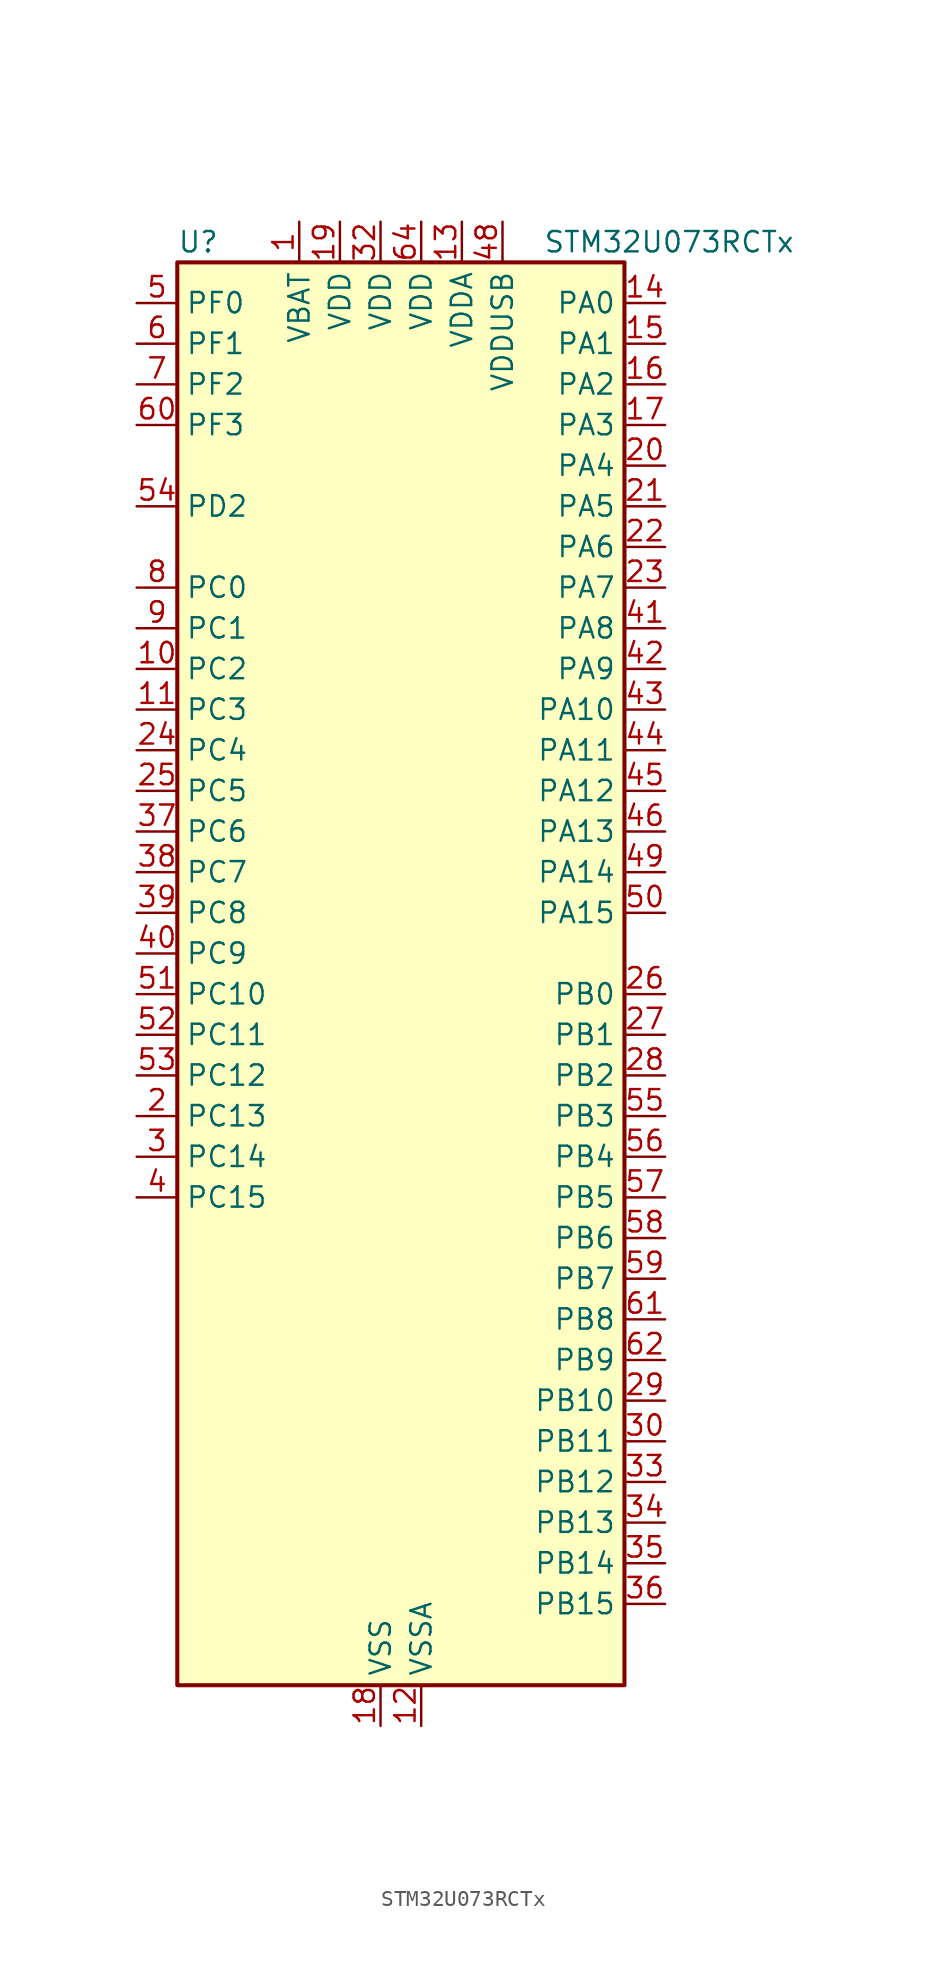
<source format=kicad_sym>
(kicad_symbol_lib
  (version 20231120)
  (generator "kicad_symbol_editor")
  (generator_version "8.99")
  (symbol "STM32U073RCTx"
    (property "Reference" "U"
      (at -12.7 46.99 0)
      (effects (font (size 1.27 1.27)) (justify left)))
    (property "Value" "STM32U073RCTx"
      (at 10.16 46.99 0)
      (effects (font (size 1.27 1.27)) (justify left)))
    (property "ki_locked" ""
      (at 0 0 0)
      (effects (font (size 1.27 1.27))))
    (symbol "STM32U073RCTx_0_1"
      (rectangle (start -12.7 -43.18) (end 15.24 45.72) (stroke (width 0.254) (type default)) (fill (type background))))
    (symbol "STM32U073RCTx_1_1"
      (pin power_in line (at -5.08 48.26 270) (length 2.54) (name "VBAT" (effects (font (size 1.27 1.27)))) (number "1" (effects (font (size 1.27 1.27)))))
      (pin bidirectional line (at -15.24 20.32 0) (length 2.54) (name "PC2" (effects (font (size 1.27 1.27)))) (number "10" (effects (font (size 1.27 1.27)))) (alternate "ADC1_IN2" bidirectional line) (alternate "LCD_BIAS3" bidirectional line) (alternate "LCD_SEG20" bidirectional line) (alternate "LPTIM1_IN2" bidirectional line) (alternate "RCC_MCO2" bidirectional line) (alternate "SPI2_MISO" bidirectional line))
      (pin bidirectional line (at -15.24 17.78 0) (length 2.54) (name "PC3" (effects (font (size 1.27 1.27)))) (number "11" (effects (font (size 1.27 1.27)))) (alternate "ADC1_IN3" bidirectional line) (alternate "LPTIM1_ETR" bidirectional line) (alternate "LPTIM2_ETR" bidirectional line) (alternate "LPTIM3_CH1" bidirectional line) (alternate "SPI2_MOSI" bidirectional line) (alternate "USART4_CK" bidirectional line))
      (pin power_in line (at 2.54 -45.72 90) (length 2.54) (name "VSSA" (effects (font (size 1.27 1.27)))) (number "12" (effects (font (size 1.27 1.27)))))
      (pin power_in line (at 5.08 48.26 270) (length 2.54) (name "VDDA" (effects (font (size 1.27 1.27)))) (number "13" (effects (font (size 1.27 1.27)))))
      (pin bidirectional line (at 17.78 43.18 180) (length 2.54) (name "PA0" (effects (font (size 1.27 1.27)))) (number "14" (effects (font (size 1.27 1.27)))) (alternate "ADC1_IN4" bidirectional line) (alternate "COMP1_INM" bidirectional line) (alternate "COMP1_OUT" bidirectional line) (alternate "LCD_SEG42" bidirectional line) (alternate "OPAMP1_VINP" bidirectional line) (alternate "PWR_WKUP1" bidirectional line) (alternate "TAMP_IN2" bidirectional line) (alternate "TIM2_CH1" bidirectional line) (alternate "TIM2_ETR" bidirectional line) (alternate "USART2_CTS" bidirectional line) (alternate "USART4_TX" bidirectional line))
      (pin bidirectional line (at 17.78 40.64 180) (length 2.54) (name "PA1" (effects (font (size 1.27 1.27)))) (number "15" (effects (font (size 1.27 1.27)))) (alternate "ADC1_IN5" bidirectional line) (alternate "COMP1_INP" bidirectional line) (alternate "LCD_SEG0" bidirectional line) (alternate "LPTIM1_CH2" bidirectional line) (alternate "OPAMP1_VINM" bidirectional line) (alternate "PWR_WKUP3" bidirectional line) (alternate "SPI1_SCK" bidirectional line) (alternate "SPI2_SCK" bidirectional line) (alternate "TAMP_IN5" bidirectional line) (alternate "TIM15_CH1N" bidirectional line) (alternate "TIM2_CH2" bidirectional line) (alternate "USART2_DE" bidirectional line) (alternate "USART2_RTS" bidirectional line) (alternate "USART4_RX" bidirectional line))
      (pin bidirectional line (at 17.78 38.1 180) (length 2.54) (name "PA2" (effects (font (size 1.27 1.27)))) (number "16" (effects (font (size 1.27 1.27)))) (alternate "ADC1_IN6" bidirectional line) (alternate "COMP2_INM" bidirectional line) (alternate "COMP2_OUT" bidirectional line) (alternate "LCD_SEG1" bidirectional line) (alternate "LPUART1_TX" bidirectional line) (alternate "PWR_WKUP4" bidirectional line) (alternate "RCC_LSCO" bidirectional line) (alternate "TIM15_CH1" bidirectional line) (alternate "TIM2_CH3" bidirectional line) (alternate "USART2_TX" bidirectional line))
      (pin bidirectional line (at 17.78 35.56 180) (length 2.54) (name "PA3" (effects (font (size 1.27 1.27)))) (number "17" (effects (font (size 1.27 1.27)))) (alternate "ADC1_IN7" bidirectional line) (alternate "COMP2_INP" bidirectional line) (alternate "LCD_SEG2" bidirectional line) (alternate "LPUART1_RX" bidirectional line) (alternate "OPAMP1_VOUT" bidirectional line) (alternate "TIM15_CH2" bidirectional line) (alternate "TIM2_CH4" bidirectional line) (alternate "USART2_RX" bidirectional line))
      (pin power_in line (at 0 -45.72 90) (length 2.54) (name "VSS" (effects (font (size 1.27 1.27)))) (number "18" (effects (font (size 1.27 1.27)))))
      (pin power_in line (at -2.54 48.26 270) (length 2.54) (name "VDD" (effects (font (size 1.27 1.27)))) (number "19" (effects (font (size 1.27 1.27)))))
      (pin bidirectional line (at -15.24 -7.62 0) (length 2.54) (name "PC13" (effects (font (size 1.27 1.27)))) (number "2" (effects (font (size 1.27 1.27)))) (alternate "LPTIM1_CH3" bidirectional line) (alternate "LPTIM3_CH3" bidirectional line) (alternate "PWR_WKUP2" bidirectional line) (alternate "RTC_OUT1" bidirectional line) (alternate "RTC_TS" bidirectional line) (alternate "TAMP_IN1" bidirectional line))
      (pin bidirectional line (at 17.78 33.02 180) (length 2.54) (name "PA4" (effects (font (size 1.27 1.27)))) (number "20" (effects (font (size 1.27 1.27)))) (alternate "ADC1_IN8" bidirectional line) (alternate "COMP1_INM" bidirectional line) (alternate "COMP2_INM" bidirectional line) (alternate "DAC1_OUT1" bidirectional line) (alternate "LCD_SEG43" bidirectional line) (alternate "LPTIM2_CH1" bidirectional line) (alternate "LPUART3_TX" bidirectional line) (alternate "SPI1_NSS" bidirectional line) (alternate "SPI3_NSS" bidirectional line) (alternate "USART2_CK" bidirectional line))
      (pin bidirectional line (at 17.78 30.48 180) (length 2.54) (name "PA5" (effects (font (size 1.27 1.27)))) (number "21" (effects (font (size 1.27 1.27)))) (alternate "ADC1_IN9" bidirectional line) (alternate "COMP1_INM" bidirectional line) (alternate "COMP2_INM" bidirectional line) (alternate "LCD_SEG44" bidirectional line) (alternate "LPTIM2_ETR" bidirectional line) (alternate "LPUART3_RX" bidirectional line) (alternate "SPI1_SCK" bidirectional line) (alternate "TIM2_CH1" bidirectional line) (alternate "TIM2_ETR" bidirectional line) (alternate "USART3_TX" bidirectional line))
      (pin bidirectional line (at 17.78 27.94 180) (length 2.54) (name "PA6" (effects (font (size 1.27 1.27)))) (number "22" (effects (font (size 1.27 1.27)))) (alternate "ADC1_IN10" bidirectional line) (alternate "COMP1_OUT" bidirectional line) (alternate "I2C2_SDA" bidirectional line) (alternate "I2C3_SDA" bidirectional line) (alternate "LCD_SEG3" bidirectional line) (alternate "LPUART1_CTS" bidirectional line) (alternate "SPI1_MISO" bidirectional line) (alternate "TIM16_CH1" bidirectional line) (alternate "TIM1_BKIN" bidirectional line) (alternate "TIM3_CH1" bidirectional line) (alternate "TSC_G5_IO1" bidirectional line) (alternate "USART3_CTS" bidirectional line))
      (pin bidirectional line (at 17.78 25.4 180) (length 2.54) (name "PA7" (effects (font (size 1.27 1.27)))) (number "23" (effects (font (size 1.27 1.27)))) (alternate "ADC1_IN14" bidirectional line) (alternate "COMP2_OUT" bidirectional line) (alternate "I2C2_SCL" bidirectional line) (alternate "I2C3_SCL" bidirectional line) (alternate "LCD_SEG4" bidirectional line) (alternate "LPTIM2_CH2" bidirectional line) (alternate "SPI1_MOSI" bidirectional line) (alternate "TIM1_CH1N" bidirectional line) (alternate "TIM3_CH2" bidirectional line) (alternate "USART3_RX" bidirectional line))
      (pin bidirectional line (at -15.24 15.24 0) (length 2.54) (name "PC4" (effects (font (size 1.27 1.27)))) (number "24" (effects (font (size 1.27 1.27)))) (alternate "ADC1_IN15" bidirectional line) (alternate "COMP1_INM" bidirectional line) (alternate "LCD_SEG22" bidirectional line) (alternate "LPUART3_TX" bidirectional line) (alternate "USART3_TX" bidirectional line))
      (pin bidirectional line (at -15.24 12.7 0) (length 2.54) (name "PC5" (effects (font (size 1.27 1.27)))) (number "25" (effects (font (size 1.27 1.27)))) (alternate "ADC1_IN16" bidirectional line) (alternate "COMP1_INP" bidirectional line) (alternate "LCD_SEG23" bidirectional line) (alternate "LPTIM3_CH3" bidirectional line) (alternate "LPUART3_RX" bidirectional line) (alternate "PWR_WKUP5" bidirectional line) (alternate "TAMP_IN4" bidirectional line) (alternate "USART3_RX" bidirectional line))
      (pin bidirectional line (at 17.78 0 180) (length 2.54) (name "PB0" (effects (font (size 1.27 1.27)))) (number "26" (effects (font (size 1.27 1.27)))) (alternate "ADC1_IN17" bidirectional line) (alternate "COMP1_OUT" bidirectional line) (alternate "LCD_SEG5" bidirectional line) (alternate "LPTIM3_CH1" bidirectional line) (alternate "LPUART2_CTS" bidirectional line) (alternate "SPI1_NSS" bidirectional line) (alternate "TIM1_CH2N" bidirectional line) (alternate "TIM3_CH3" bidirectional line) (alternate "TSC_G5_IO2" bidirectional line) (alternate "USART3_CK" bidirectional line))
      (pin bidirectional line (at 17.78 -2.54 180) (length 2.54) (name "PB1" (effects (font (size 1.27 1.27)))) (number "27" (effects (font (size 1.27 1.27)))) (alternate "ADC1_IN18" bidirectional line) (alternate "COMP1_INM" bidirectional line) (alternate "LCD_SEG6" bidirectional line) (alternate "LPTIM2_IN1" bidirectional line) (alternate "LPTIM3_CH2" bidirectional line) (alternate "LPUART1_DE" bidirectional line) (alternate "LPUART1_RTS" bidirectional line) (alternate "LPUART2_DE" bidirectional line) (alternate "LPUART2_RTS" bidirectional line) (alternate "TIM1_CH3N" bidirectional line) (alternate "TIM3_CH4" bidirectional line) (alternate "TSC_SYNC" bidirectional line) (alternate "USART3_DE" bidirectional line) (alternate "USART3_RTS" bidirectional line))
      (pin bidirectional line (at 17.78 -5.08 180) (length 2.54) (name "PB2" (effects (font (size 1.27 1.27)))) (number "28" (effects (font (size 1.27 1.27)))) (alternate "COMP1_INP" bidirectional line) (alternate "LPTIM1_CH1" bidirectional line) (alternate "RTC_OUT2" bidirectional line))
      (pin bidirectional line (at 17.78 -25.4 180) (length 2.54) (name "PB10" (effects (font (size 1.27 1.27)))) (number "29" (effects (font (size 1.27 1.27)))) (alternate "COMP1_OUT" bidirectional line) (alternate "I2C2_SCL" bidirectional line) (alternate "I2C4_SCL" bidirectional line) (alternate "LCD_SEG10" bidirectional line) (alternate "LPTIM3_CH1" bidirectional line) (alternate "LPUART1_RX" bidirectional line) (alternate "LPUART2_RX" bidirectional line) (alternate "SPI2_SCK" bidirectional line) (alternate "TIM2_CH3" bidirectional line) (alternate "TSC_G5_IO3" bidirectional line) (alternate "USART3_TX" bidirectional line))
      (pin bidirectional line (at -15.24 -10.16 0) (length 2.54) (name "PC14" (effects (font (size 1.27 1.27)))) (number "3" (effects (font (size 1.27 1.27)))) (alternate "RCC_OSC32_IN" bidirectional line))
      (pin bidirectional line (at 17.78 -27.94 180) (length 2.54) (name "PB11" (effects (font (size 1.27 1.27)))) (number "30" (effects (font (size 1.27 1.27)))) (alternate "ADC1_EXTI11" bidirectional line) (alternate "COMP2_OUT" bidirectional line) (alternate "I2C2_SDA" bidirectional line) (alternate "I2C4_SDA" bidirectional line) (alternate "LCD_SEG11" bidirectional line) (alternate "LPUART1_TX" bidirectional line) (alternate "LPUART2_TX" bidirectional line) (alternate "TIM2_CH4" bidirectional line) (alternate "TSC_G5_IO4" bidirectional line) (alternate "USART3_RX" bidirectional line))
      (pin passive line (at 0 -45.72 90) (length 2.54) hide (name "VSS" (effects (font (size 1.27 1.27)))) (number "31" (effects (font (size 1.27 1.27)))))
      (pin power_in line (at 0 48.26 270) (length 2.54) (name "VDD" (effects (font (size 1.27 1.27)))) (number "32" (effects (font (size 1.27 1.27)))))
      (pin bidirectional line (at 17.78 -30.48 180) (length 2.54) (name "PB12" (effects (font (size 1.27 1.27)))) (number "33" (effects (font (size 1.27 1.27)))) (alternate "LCD_SEG12" bidirectional line) (alternate "LPUART1_DE" bidirectional line) (alternate "LPUART1_RTS" bidirectional line) (alternate "SPI2_NSS" bidirectional line) (alternate "TIM15_BKIN" bidirectional line) (alternate "TIM1_BKIN" bidirectional line) (alternate "TSC_G1_IO1" bidirectional line) (alternate "USART3_CK" bidirectional line))
      (pin bidirectional line (at 17.78 -33.02 180) (length 2.54) (name "PB13" (effects (font (size 1.27 1.27)))) (number "34" (effects (font (size 1.27 1.27)))) (alternate "I2C2_SCL" bidirectional line) (alternate "LCD_SEG13" bidirectional line) (alternate "LPTIM3_IN1" bidirectional line) (alternate "LPUART1_CTS" bidirectional line) (alternate "SPI2_SCK" bidirectional line) (alternate "TIM15_CH1N" bidirectional line) (alternate "TIM1_CH1N" bidirectional line) (alternate "TSC_G1_IO2" bidirectional line) (alternate "USART3_CTS" bidirectional line))
      (pin bidirectional line (at 17.78 -35.56 180) (length 2.54) (name "PB14" (effects (font (size 1.27 1.27)))) (number "35" (effects (font (size 1.27 1.27)))) (alternate "I2C2_SDA" bidirectional line) (alternate "LCD_SEG14" bidirectional line) (alternate "LPTIM3_ETR" bidirectional line) (alternate "SPI2_MISO" bidirectional line) (alternate "TIM15_CH1" bidirectional line) (alternate "TIM1_CH2N" bidirectional line) (alternate "TSC_G1_IO3" bidirectional line) (alternate "USART3_DE" bidirectional line) (alternate "USART3_RTS" bidirectional line))
      (pin bidirectional line (at 17.78 -38.1 180) (length 2.54) (name "PB15" (effects (font (size 1.27 1.27)))) (number "36" (effects (font (size 1.27 1.27)))) (alternate "LCD_SEG15" bidirectional line) (alternate "PWR_WKUP7" bidirectional line) (alternate "RTC_REFIN" bidirectional line) (alternate "SPI2_MOSI" bidirectional line) (alternate "TAMP_IN3" bidirectional line) (alternate "TIM15_CH2" bidirectional line) (alternate "TIM1_CH3N" bidirectional line) (alternate "TSC_G1_IO4" bidirectional line))
      (pin bidirectional line (at -15.24 10.16 0) (length 2.54) (name "PC6" (effects (font (size 1.27 1.27)))) (number "37" (effects (font (size 1.27 1.27)))) (alternate "COMP1_INP" bidirectional line) (alternate "LCD_SEG24" bidirectional line) (alternate "LPUART2_TX" bidirectional line) (alternate "TIM3_CH1" bidirectional line) (alternate "TSC_G4_IO1" bidirectional line))
      (pin bidirectional line (at -15.24 7.62 0) (length 2.54) (name "PC7" (effects (font (size 1.27 1.27)))) (number "38" (effects (font (size 1.27 1.27)))) (alternate "LCD_SEG25" bidirectional line) (alternate "LPTIM2_CH2" bidirectional line) (alternate "LPTIM3_CH4" bidirectional line) (alternate "LPUART2_RX" bidirectional line) (alternate "TIM3_CH2" bidirectional line) (alternate "TSC_G4_IO2" bidirectional line))
      (pin bidirectional line (at -15.24 5.08 0) (length 2.54) (name "PC8" (effects (font (size 1.27 1.27)))) (number "39" (effects (font (size 1.27 1.27)))) (alternate "LCD_SEG26" bidirectional line) (alternate "LPTIM3_CH1" bidirectional line) (alternate "TIM3_CH3" bidirectional line) (alternate "TSC_G4_IO3" bidirectional line))
      (pin bidirectional line (at -15.24 -12.7 0) (length 2.54) (name "PC15" (effects (font (size 1.27 1.27)))) (number "4" (effects (font (size 1.27 1.27)))) (alternate "RCC_OSC32_EN" bidirectional line) (alternate "RCC_OSC32_OUT" bidirectional line) (alternate "RCC_OSC_EN" bidirectional line))
      (pin bidirectional line (at -15.24 2.54 0) (length 2.54) (name "PC9" (effects (font (size 1.27 1.27)))) (number "40" (effects (font (size 1.27 1.27)))) (alternate "DAC1_EXTI9" bidirectional line) (alternate "LCD_SEG27" bidirectional line) (alternate "LPTIM3_CH2" bidirectional line) (alternate "TIM3_CH4" bidirectional line) (alternate "TSC_G4_IO4" bidirectional line) (alternate "USB_NOE" bidirectional line))
      (pin bidirectional line (at 17.78 22.86 180) (length 2.54) (name "PA8" (effects (font (size 1.27 1.27)))) (number "41" (effects (font (size 1.27 1.27)))) (alternate "LCD_COM0" bidirectional line) (alternate "LPTIM2_CH1" bidirectional line) (alternate "RCC_MCO" bidirectional line) (alternate "RCC_MCO2" bidirectional line) (alternate "TIM1_CH1" bidirectional line) (alternate "TSC_G7_IO1" bidirectional line) (alternate "USART1_CK" bidirectional line))
      (pin bidirectional line (at 17.78 20.32 180) (length 2.54) (name "PA9" (effects (font (size 1.27 1.27)))) (number "42" (effects (font (size 1.27 1.27)))) (alternate "COMP1_INP" bidirectional line) (alternate "DAC1_EXTI9" bidirectional line) (alternate "I2C1_SCL" bidirectional line) (alternate "I2C2_SCL" bidirectional line) (alternate "LCD_COM1" bidirectional line) (alternate "RCC_MCO" bidirectional line) (alternate "TIM15_BKIN" bidirectional line) (alternate "TIM1_CH2" bidirectional line) (alternate "TSC_G7_IO2" bidirectional line) (alternate "USART1_TX" bidirectional line))
      (pin bidirectional line (at 17.78 17.78 180) (length 2.54) (name "PA10" (effects (font (size 1.27 1.27)))) (number "43" (effects (font (size 1.27 1.27)))) (alternate "CRS_SYNC" bidirectional line) (alternate "I2C1_SDA" bidirectional line) (alternate "I2C2_SDA" bidirectional line) (alternate "LCD_COM2" bidirectional line) (alternate "RCC_MCO2" bidirectional line) (alternate "SPI2_NSS" bidirectional line) (alternate "TIM1_CH3" bidirectional line) (alternate "TSC_G7_IO3" bidirectional line) (alternate "USART1_RX" bidirectional line))
      (pin bidirectional line (at 17.78 15.24 180) (length 2.54) (name "PA11" (effects (font (size 1.27 1.27)))) (number "44" (effects (font (size 1.27 1.27)))) (alternate "ADC1_EXTI11" bidirectional line) (alternate "COMP1_OUT" bidirectional line) (alternate "SPI1_MISO" bidirectional line) (alternate "SPI2_MISO" bidirectional line) (alternate "TIM1_BKIN2" bidirectional line) (alternate "TIM1_CH4" bidirectional line) (alternate "USART1_CTS" bidirectional line) (alternate "USB_DM" bidirectional line))
      (pin bidirectional line (at 17.78 12.7 180) (length 2.54) (name "PA12" (effects (font (size 1.27 1.27)))) (number "45" (effects (font (size 1.27 1.27)))) (alternate "SPI1_MOSI" bidirectional line) (alternate "SPI2_MOSI" bidirectional line) (alternate "TIM1_ETR" bidirectional line) (alternate "USART1_DE" bidirectional line) (alternate "USART1_RTS" bidirectional line) (alternate "USB_DP" bidirectional line))
      (pin bidirectional line (at 17.78 10.16 180) (length 2.54) (name "PA13" (effects (font (size 1.27 1.27)))) (number "46" (effects (font (size 1.27 1.27)))) (alternate "DEBUG_JTMS-SWDIO" bidirectional line) (alternate "IR_OUT" bidirectional line) (alternate "LCD_SEG40" bidirectional line) (alternate "TSC_G7_IO4" bidirectional line) (alternate "USB_NOE" bidirectional line))
      (pin passive line (at 0 -45.72 90) (length 2.54) hide (name "VSS" (effects (font (size 1.27 1.27)))) (number "47" (effects (font (size 1.27 1.27)))))
      (pin power_in line (at 7.62 48.26 270) (length 2.54) (name "VDDUSB" (effects (font (size 1.27 1.27)))) (number "48" (effects (font (size 1.27 1.27)))))
      (pin bidirectional line (at 17.78 7.62 180) (length 2.54) (name "PA14" (effects (font (size 1.27 1.27)))) (number "49" (effects (font (size 1.27 1.27)))) (alternate "DEBUG_JTCK-SWCLK" bidirectional line) (alternate "LCD_SEG41" bidirectional line) (alternate "LPTIM1_CH1" bidirectional line) (alternate "TSC_G3_IO4" bidirectional line))
      (pin bidirectional line (at -15.24 43.18 0) (length 2.54) (name "PF0" (effects (font (size 1.27 1.27)))) (number "5" (effects (font (size 1.27 1.27)))) (alternate "RCC_OSC_IN" bidirectional line))
      (pin bidirectional line (at 17.78 5.08 180) (length 2.54) (name "PA15" (effects (font (size 1.27 1.27)))) (number "50" (effects (font (size 1.27 1.27)))) (alternate "DEBUG_JTDI" bidirectional line) (alternate "LCD_SEG17" bidirectional line) (alternate "LPTIM3_CH3" bidirectional line) (alternate "LPTIM3_IN2" bidirectional line) (alternate "SPI1_NSS" bidirectional line) (alternate "SPI3_NSS" bidirectional line) (alternate "TIM2_CH1" bidirectional line) (alternate "TIM2_ETR" bidirectional line) (alternate "TSC_G3_IO1" bidirectional line) (alternate "USART2_RX" bidirectional line) (alternate "USART3_DE" bidirectional line) (alternate "USART3_RTS" bidirectional line) (alternate "USART4_DE" bidirectional line) (alternate "USART4_RTS" bidirectional line))
      (pin bidirectional line (at -15.24 0 0) (length 2.54) (name "PC10" (effects (font (size 1.27 1.27)))) (number "51" (effects (font (size 1.27 1.27)))) (alternate "LCD_COM4" bidirectional line) (alternate "LCD_SEG28" bidirectional line) (alternate "LCD_SEG48" bidirectional line) (alternate "LPTIM3_ETR" bidirectional line) (alternate "SPI3_SCK" bidirectional line) (alternate "TSC_G3_IO2" bidirectional line) (alternate "USART3_TX" bidirectional line) (alternate "USART4_TX" bidirectional line))
      (pin bidirectional line (at -15.24 -2.54 0) (length 2.54) (name "PC11" (effects (font (size 1.27 1.27)))) (number "52" (effects (font (size 1.27 1.27)))) (alternate "ADC1_EXTI11" bidirectional line) (alternate "LCD_COM5" bidirectional line) (alternate "LCD_SEG29" bidirectional line) (alternate "LCD_SEG49" bidirectional line) (alternate "LPTIM3_IN1" bidirectional line) (alternate "SPI3_MISO" bidirectional line) (alternate "TSC_G3_IO3" bidirectional line) (alternate "USART3_RX" bidirectional line) (alternate "USART4_RX" bidirectional line))
      (pin bidirectional line (at -15.24 -5.08 0) (length 2.54) (name "PC12" (effects (font (size 1.27 1.27)))) (number "53" (effects (font (size 1.27 1.27)))) (alternate "LCD_COM6" bidirectional line) (alternate "LCD_SEG30" bidirectional line) (alternate "LCD_SEG50" bidirectional line) (alternate "LPTIM3_CH3" bidirectional line) (alternate "SPI3_MOSI" bidirectional line) (alternate "USART3_CK" bidirectional line) (alternate "USART4_CK" bidirectional line))
      (pin bidirectional line (at -15.24 30.48 0) (length 2.54) (name "PD2" (effects (font (size 1.27 1.27)))) (number "54" (effects (font (size 1.27 1.27)))) (alternate "LCD_COM7" bidirectional line) (alternate "LCD_SEG31" bidirectional line) (alternate "LCD_SEG51" bidirectional line) (alternate "TIM3_ETR" bidirectional line) (alternate "TSC_SYNC" bidirectional line) (alternate "USART3_DE" bidirectional line) (alternate "USART3_RTS" bidirectional line))
      (pin bidirectional line (at 17.78 -7.62 180) (length 2.54) (name "PB3" (effects (font (size 1.27 1.27)))) (number "55" (effects (font (size 1.27 1.27)))) (alternate "COMP2_INM" bidirectional line) (alternate "DEBUG_JTDO-SWO" bidirectional line) (alternate "I2C2_SCL" bidirectional line) (alternate "I2C3_SCL" bidirectional line) (alternate "LCD_SEG7" bidirectional line) (alternate "LPTIM1_CH3" bidirectional line) (alternate "SPI1_SCK" bidirectional line) (alternate "SPI3_SCK" bidirectional line) (alternate "TIM2_CH2" bidirectional line) (alternate "USART1_DE" bidirectional line) (alternate "USART1_RTS" bidirectional line))
      (pin bidirectional line (at 17.78 -10.16 180) (length 2.54) (name "PB4" (effects (font (size 1.27 1.27)))) (number "56" (effects (font (size 1.27 1.27)))) (alternate "COMP2_INP" bidirectional line) (alternate "I2C2_SDA" bidirectional line) (alternate "I2C3_SDA" bidirectional line) (alternate "LCD_SEG8" bidirectional line) (alternate "LPTIM1_CH4" bidirectional line) (alternate "LPUART3_DE" bidirectional line) (alternate "LPUART3_RTS" bidirectional line) (alternate "SPI1_MISO" bidirectional line) (alternate "SPI3_MISO" bidirectional line) (alternate "TIM3_CH1" bidirectional line) (alternate "TSC_G2_IO1" bidirectional line) (alternate "USART1_CTS" bidirectional line))
      (pin bidirectional line (at 17.78 -12.7 180) (length 2.54) (name "PB5" (effects (font (size 1.27 1.27)))) (number "57" (effects (font (size 1.27 1.27)))) (alternate "COMP2_OUT" bidirectional line) (alternate "LCD_SEG9" bidirectional line) (alternate "LPTIM1_IN1" bidirectional line) (alternate "LPUART3_CTS" bidirectional line) (alternate "SPI1_MOSI" bidirectional line) (alternate "SPI3_MOSI" bidirectional line) (alternate "TIM16_BKIN" bidirectional line) (alternate "TIM3_CH2" bidirectional line) (alternate "TSC_G2_IO2" bidirectional line) (alternate "USART1_CK" bidirectional line))
      (pin bidirectional line (at 17.78 -15.24 180) (length 2.54) (name "PB6" (effects (font (size 1.27 1.27)))) (number "58" (effects (font (size 1.27 1.27)))) (alternate "COMP2_INP" bidirectional line) (alternate "I2C1_SCL" bidirectional line) (alternate "I2C2_SCL" bidirectional line) (alternate "I2C4_SCL" bidirectional line) (alternate "LPTIM1_ETR" bidirectional line) (alternate "LPUART2_TX" bidirectional line) (alternate "LPUART3_TX" bidirectional line) (alternate "TIM16_CH1N" bidirectional line) (alternate "TSC_G2_IO3" bidirectional line) (alternate "USART1_TX" bidirectional line))
      (pin bidirectional line (at 17.78 -17.78 180) (length 2.54) (name "PB7" (effects (font (size 1.27 1.27)))) (number "59" (effects (font (size 1.27 1.27)))) (alternate "COMP2_INM" bidirectional line) (alternate "I2C1_SDA" bidirectional line) (alternate "I2C2_SDA" bidirectional line) (alternate "I2C4_SDA" bidirectional line) (alternate "LCD_SEG21" bidirectional line) (alternate "LPTIM1_IN2" bidirectional line) (alternate "LPUART2_RX" bidirectional line) (alternate "LPUART3_RX" bidirectional line) (alternate "PWR_PVD_IN" bidirectional line) (alternate "TSC_G2_IO4" bidirectional line) (alternate "USART1_RX" bidirectional line) (alternate "USART4_CTS" bidirectional line))
      (pin bidirectional line (at -15.24 40.64 0) (length 2.54) (name "PF1" (effects (font (size 1.27 1.27)))) (number "6" (effects (font (size 1.27 1.27)))) (alternate "RCC_OSC_EN" bidirectional line) (alternate "RCC_OSC_OUT" bidirectional line))
      (pin bidirectional line (at -15.24 35.56 0) (length 2.54) (name "PF3" (effects (font (size 1.27 1.27)))) (number "60" (effects (font (size 1.27 1.27)))))
      (pin bidirectional line (at 17.78 -20.32 180) (length 2.54) (name "PB8" (effects (font (size 1.27 1.27)))) (number "61" (effects (font (size 1.27 1.27)))) (alternate "I2C1_SCL" bidirectional line) (alternate "I2C2_SCL" bidirectional line) (alternate "LCD_SEG16" bidirectional line) (alternate "LPTIM1_IN2" bidirectional line) (alternate "LPTIM3_IN2" bidirectional line) (alternate "TIM16_CH1" bidirectional line) (alternate "USART3_TX" bidirectional line))
      (pin bidirectional line (at 17.78 -22.86 180) (length 2.54) (name "PB9" (effects (font (size 1.27 1.27)))) (number "62" (effects (font (size 1.27 1.27)))) (alternate "DAC1_EXTI9" bidirectional line) (alternate "I2C1_SDA" bidirectional line) (alternate "I2C2_SDA" bidirectional line) (alternate "IR_OUT" bidirectional line) (alternate "LCD_COM3" bidirectional line) (alternate "LPTIM1_CH4" bidirectional line) (alternate "LPTIM3_CH4" bidirectional line) (alternate "SPI2_NSS" bidirectional line) (alternate "USART3_RX" bidirectional line))
      (pin passive line (at 0 -45.72 90) (length 2.54) hide (name "VSS" (effects (font (size 1.27 1.27)))) (number "63" (effects (font (size 1.27 1.27)))))
      (pin power_in line (at 2.54 48.26 270) (length 2.54) (name "VDD" (effects (font (size 1.27 1.27)))) (number "64" (effects (font (size 1.27 1.27)))))
      (pin bidirectional line (at -15.24 38.1 0) (length 2.54) (name "PF2" (effects (font (size 1.27 1.27)))) (number "7" (effects (font (size 1.27 1.27)))) (alternate "RCC_MCO" bidirectional line))
      (pin bidirectional line (at -15.24 25.4 0) (length 2.54) (name "PC0" (effects (font (size 1.27 1.27)))) (number "8" (effects (font (size 1.27 1.27)))) (alternate "ADC1_IN0" bidirectional line) (alternate "I2C3_SCL" bidirectional line) (alternate "I2C4_SCL" bidirectional line) (alternate "LCD_BIAS1" bidirectional line) (alternate "LCD_SEG18" bidirectional line) (alternate "LPTIM1_IN1" bidirectional line) (alternate "LPTIM2_IN1" bidirectional line) (alternate "LPUART1_RX" bidirectional line) (alternate "LPUART2_TX" bidirectional line))
      (pin bidirectional line (at -15.24 22.86 0) (length 2.54) (name "PC1" (effects (font (size 1.27 1.27)))) (number "9" (effects (font (size 1.27 1.27)))) (alternate "ADC1_IN1" bidirectional line) (alternate "I2C3_SDA" bidirectional line) (alternate "I2C4_SDA" bidirectional line) (alternate "LCD_BIAS2" bidirectional line) (alternate "LCD_SEG19" bidirectional line) (alternate "LPTIM1_CH1" bidirectional line) (alternate "LPUART1_TX" bidirectional line) (alternate "LPUART2_RX" bidirectional line)))))
</source>
